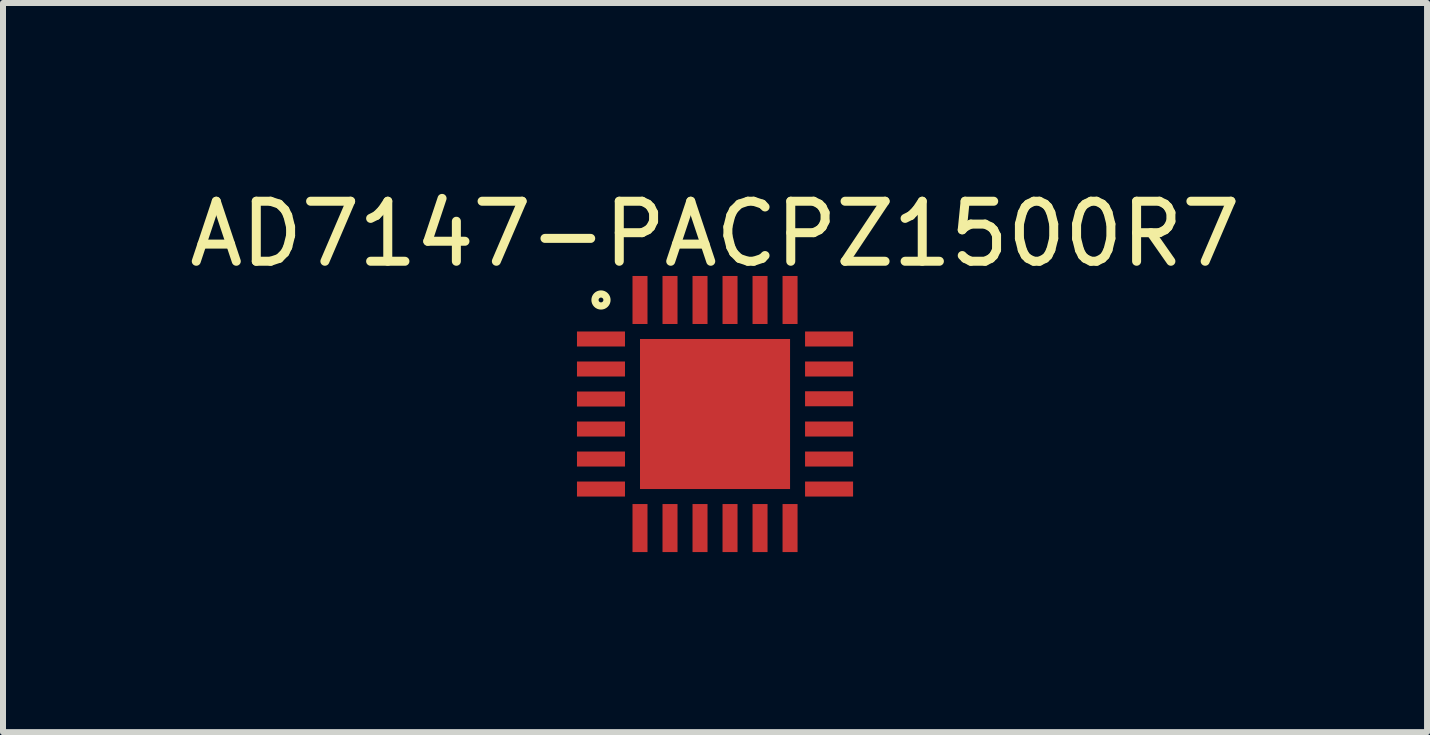
<source format=kicad_pcb>
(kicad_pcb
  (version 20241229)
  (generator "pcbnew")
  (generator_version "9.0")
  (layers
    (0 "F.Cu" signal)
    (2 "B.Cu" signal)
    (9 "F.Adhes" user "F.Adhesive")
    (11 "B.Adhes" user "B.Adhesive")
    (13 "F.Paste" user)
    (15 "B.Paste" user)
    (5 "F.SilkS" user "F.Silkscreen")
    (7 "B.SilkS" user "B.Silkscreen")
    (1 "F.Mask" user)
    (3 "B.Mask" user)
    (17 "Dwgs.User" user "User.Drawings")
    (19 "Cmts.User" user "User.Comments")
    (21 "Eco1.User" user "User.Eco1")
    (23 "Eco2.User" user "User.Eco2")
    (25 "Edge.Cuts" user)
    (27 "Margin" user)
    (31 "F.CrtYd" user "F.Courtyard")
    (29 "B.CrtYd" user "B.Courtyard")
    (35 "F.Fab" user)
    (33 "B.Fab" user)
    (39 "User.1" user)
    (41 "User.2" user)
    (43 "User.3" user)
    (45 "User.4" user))
  (footprint "AD7147-PACPZ1500R7"
    (layer "F.Cu")
    (at 8.863 3.848)
    (property "Reference" "AD7147-PACPZ1500R7" (at 0 -3 0) (layer "F.SilkS") (effects (font (size 1 1) (thickness 0.15))))
    (attr through_hole)
    (fp_circle (center -1.9 -1.9) (end -1.9 -1.8) (stroke (width 0.12) (type solid)) (fill no) (layer "F.SilkS"))
    (pad "" smd rect (at 0 0 180) (size 2.5 2.5) (layers "F.Cu" "F.Mask" "F.Paste"))
    (pad "1" smd rect (at -1.9 -1.25 90) (size 0.25 0.8) (layers "F.Cu" "F.Mask" "F.Paste"))
    (pad "2" smd rect (at -1.9 -0.75 90) (size 0.25 0.8) (layers "F.Cu" "F.Mask" "F.Paste"))
    (pad "3" smd rect (at -1.9 -0.25 90) (size 0.25 0.8) (layers "F.Cu" "F.Mask" "F.Paste"))
    (pad "4" smd rect (at -1.9 0.25 90) (size 0.25 0.8) (layers "F.Cu" "F.Mask" "F.Paste"))
    (pad "5" smd rect (at -1.9 0.75 90) (size 0.25 0.8) (layers "F.Cu" "F.Mask" "F.Paste"))
    (pad "6" smd rect (at -1.9 1.25 90) (size 0.25 0.8) (layers "F.Cu" "F.Mask" "F.Paste"))
    (pad "7" smd rect (at -1.25 1.9 180) (size 0.25 0.8) (layers "F.Cu" "F.Mask" "F.Paste"))
    (pad "8" smd rect (at -0.75 1.9 180) (size 0.25 0.8) (layers "F.Cu" "F.Mask" "F.Paste"))
    (pad "9" smd rect (at -0.25 1.9 180) (size 0.25 0.8) (layers "F.Cu" "F.Mask" "F.Paste"))
    (pad "10" smd rect (at 0.25 1.9 180) (size 0.25 0.8) (layers "F.Cu" "F.Mask" "F.Paste"))
    (pad "11" smd rect (at 0.75 1.9 180) (size 0.25 0.8) (layers "F.Cu" "F.Mask" "F.Paste"))
    (pad "12" smd rect (at 1.25 1.9 180) (size 0.25 0.8) (layers "F.Cu" "F.Mask" "F.Paste"))
    (pad "13" smd rect (at 1.9 1.25 90) (size 0.25 0.8) (layers "F.Cu" "F.Mask" "F.Paste"))
    (pad "14" smd rect (at 1.9 0.75 90) (size 0.25 0.8) (layers "F.Cu" "F.Mask" "F.Paste"))
    (pad "15" smd rect (at 1.9 0.25 90) (size 0.25 0.8) (layers "F.Cu" "F.Mask" "F.Paste"))
    (pad "16" smd rect (at 1.9 -0.254 90) (size 0.25 0.8) (layers "F.Cu" "F.Mask" "F.Paste"))
    (pad "17" smd rect (at 1.9 -0.75 90) (size 0.25 0.8) (layers "F.Cu" "F.Mask" "F.Paste"))
    (pad "18" smd rect (at 1.9 -1.25 90) (size 0.25 0.8) (layers "F.Cu" "F.Mask" "F.Paste"))
    (pad "19" smd rect (at 1.25 -1.9 180) (size 0.25 0.8) (layers "F.Cu" "F.Mask" "F.Paste"))
    (pad "20" smd rect (at 0.75 -1.9 180) (size 0.25 0.8) (layers "F.Cu" "F.Mask" "F.Paste"))
    (pad "21" smd rect (at 0.25 -1.9 180) (size 0.25 0.8) (layers "F.Cu" "F.Mask" "F.Paste"))
    (pad "22" smd rect (at -0.25 -1.9 180) (size 0.25 0.8) (layers "F.Cu" "F.Mask" "F.Paste"))
    (pad "23" smd rect (at -0.75 -1.9 180) (size 0.25 0.8) (layers "F.Cu" "F.Mask" "F.Paste"))
    (pad "24" smd rect (at -1.25 -1.9 180) (size 0.25 0.8) (layers "F.Cu" "F.Mask" "F.Paste")))
  (gr_rect
    (start -3 -3)
    (end 20.726 9.148)
    (stroke (width 0.1) (type default))
    (fill no)
    (layer "Edge.Cuts")))
</source>
